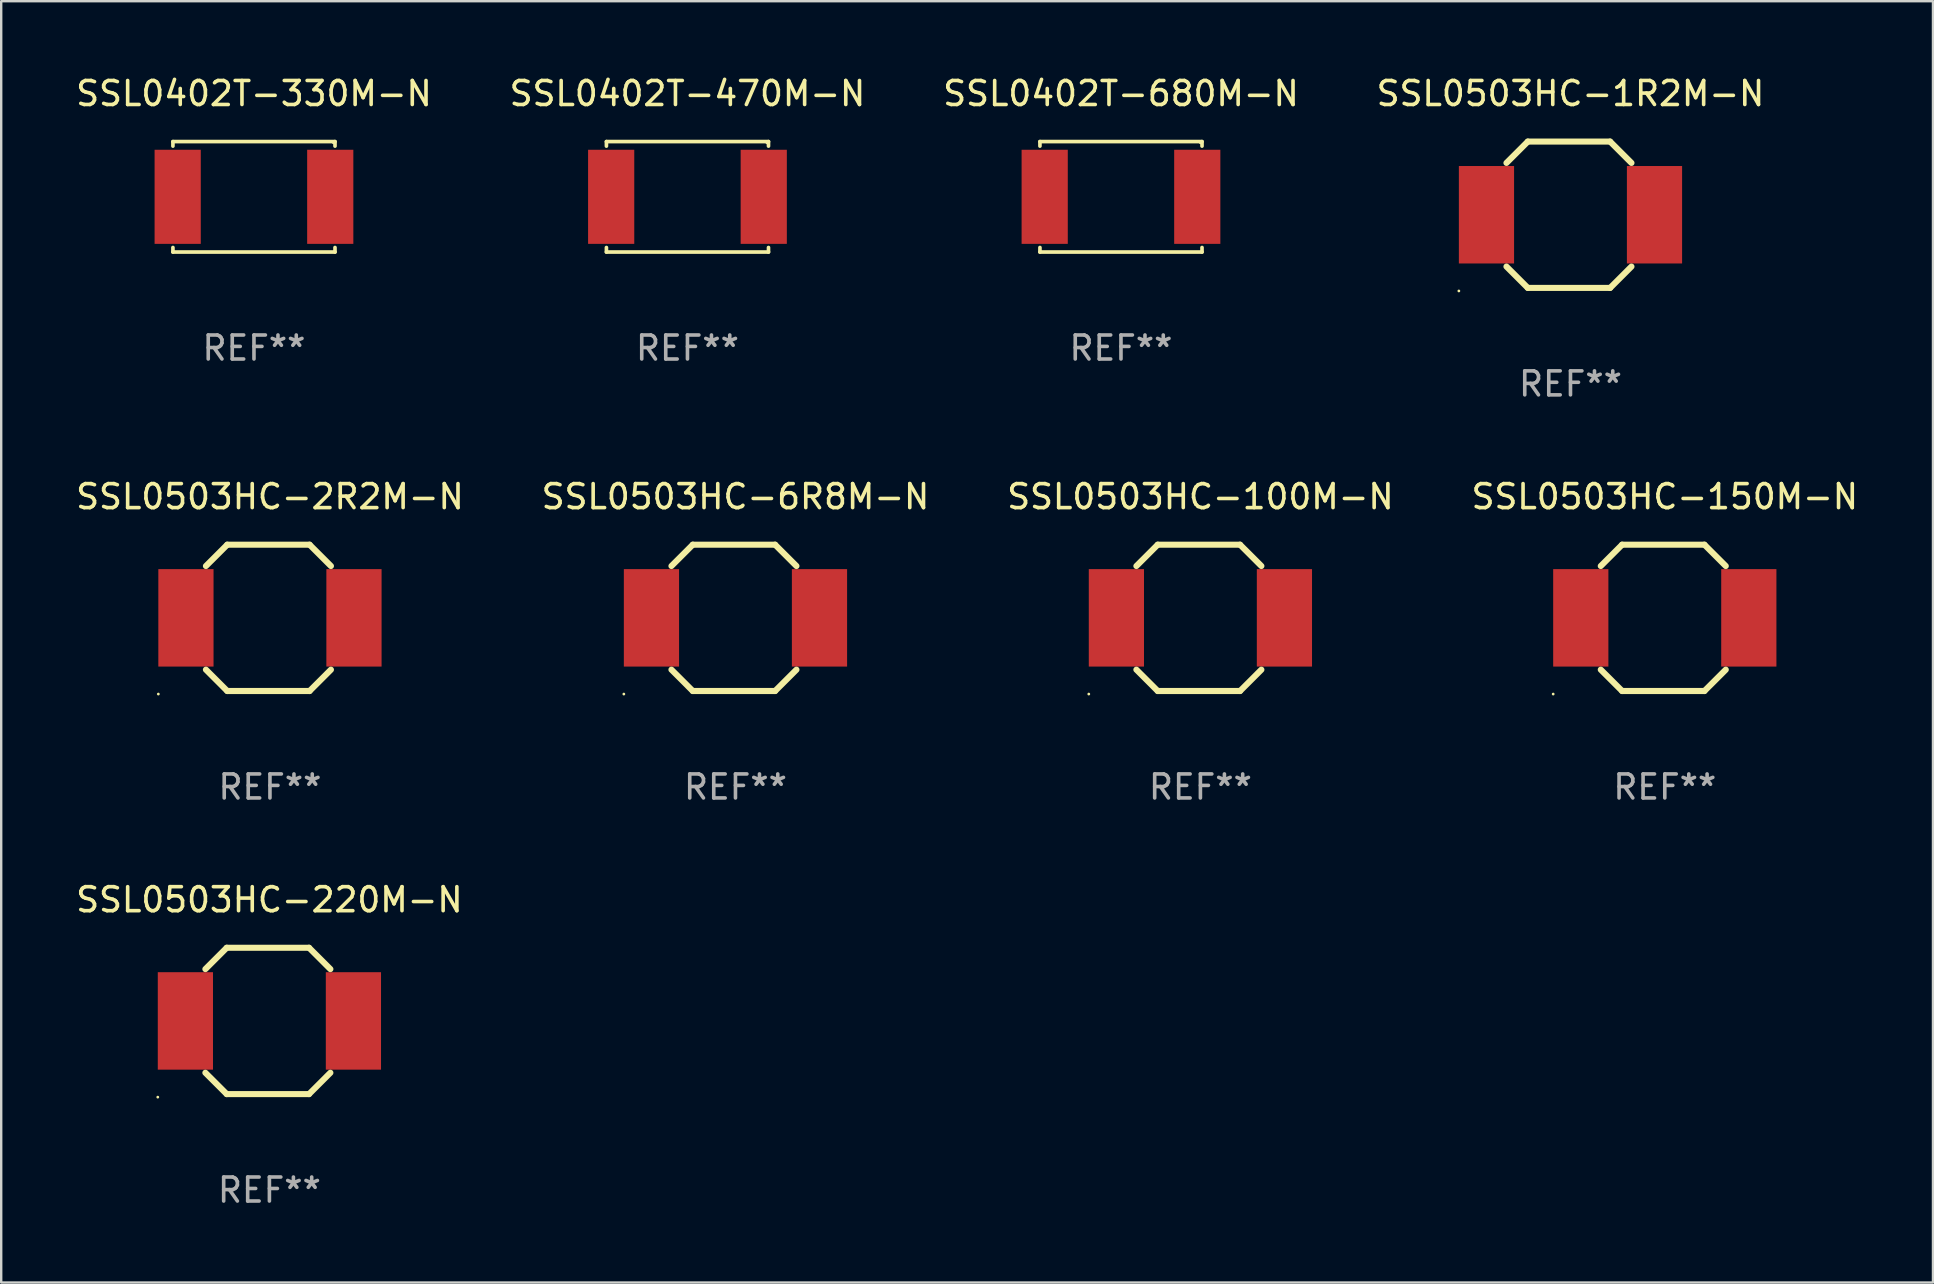
<source format=kicad_pcb>
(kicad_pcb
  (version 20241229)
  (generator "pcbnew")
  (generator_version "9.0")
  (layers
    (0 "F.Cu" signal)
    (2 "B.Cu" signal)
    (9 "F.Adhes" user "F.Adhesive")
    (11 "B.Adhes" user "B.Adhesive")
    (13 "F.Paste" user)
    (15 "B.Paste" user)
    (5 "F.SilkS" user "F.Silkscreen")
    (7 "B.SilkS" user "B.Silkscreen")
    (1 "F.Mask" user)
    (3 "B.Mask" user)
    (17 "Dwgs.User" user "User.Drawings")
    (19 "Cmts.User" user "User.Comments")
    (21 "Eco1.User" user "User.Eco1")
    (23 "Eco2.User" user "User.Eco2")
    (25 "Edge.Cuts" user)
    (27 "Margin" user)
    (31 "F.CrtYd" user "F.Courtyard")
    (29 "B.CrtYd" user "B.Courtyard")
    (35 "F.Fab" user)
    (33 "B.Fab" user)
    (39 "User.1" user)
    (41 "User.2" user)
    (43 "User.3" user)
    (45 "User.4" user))
  (footprint "SSL0503HC-150M-N"
    (layer "F.Cu")
    (at 66.304 22.689)
    (property "Reference" "SSL0503HC-150M-N" (at 0 -5.048 0) (layer "F.SilkS") (effects (font (size 1 1) (thickness 0.15))))
    (attr through_hole)
    (fp_line (start -1.778 -3.048) (end -2.667 -2.159) (stroke (width 0.254) (type solid)) (layer "F.SilkS"))
    (fp_line (start -1.778 3.048) (end -2.667 2.159) (stroke (width 0.254) (type solid)) (layer "F.SilkS"))
    (fp_line (start 1.651 -3.048) (end -1.778 -3.048) (stroke (width 0.254) (type solid)) (layer "F.SilkS"))
    (fp_line (start 1.651 3.048) (end -1.778 3.048) (stroke (width 0.254) (type solid)) (layer "F.SilkS"))
    (fp_line (start 2.54 -2.159) (end 1.651 -3.048) (stroke (width 0.254) (type solid)) (layer "F.SilkS"))
    (fp_line (start 2.54 2.159) (end 1.651 3.048) (stroke (width 0.254) (type solid)) (layer "F.SilkS"))
    (fp_circle (center -4.65 3.175) (end -4.62 3.175) (stroke (width 0.06) (type solid)) (fill no) (layer "F.SilkS"))
    (fp_text user "REF**" (at 0 7.048 0) (layer "F.Fab") (effects (font (size 1 1) (thickness 0.15))))
    (pad "1" smd rect (at -3.5 0) (size 2.3 4.06) (layers "F.Cu" "F.Mask" "F.Paste"))
    (pad "2" smd rect (at 3.5 0) (size 2.3 4.06) (layers "F.Cu" "F.Mask" "F.Paste")))
  (footprint "SSL0402T-330M-N"
    (layer "F.Cu")
    (at 7.53 5.149)
    (property "Reference" "SSL0402T-330M-N" (at 0 -4.301 0) (layer "F.SilkS") (effects (font (size 1 1) (thickness 0.15))))
    (attr through_hole)
    (fp_line (start -3.376 -2.301) (end 3.376 -2.301) (stroke (width 0.152) (type solid)) (layer "F.SilkS"))
    (fp_line (start -3.376 -2.112) (end -3.376 -2.301) (stroke (width 0.152) (type solid)) (layer "F.SilkS"))
    (fp_line (start -3.376 2.112) (end -3.376 2.301) (stroke (width 0.152) (type solid)) (layer "F.SilkS"))
    (fp_line (start -3.376 2.301) (end 3.376 2.301) (stroke (width 0.152) (type solid)) (layer "F.SilkS"))
    (fp_line (start 3.376 -2.301) (end 3.376 -2.112) (stroke (width 0.152) (type solid)) (layer "F.SilkS"))
    (fp_line (start 3.376 2.301) (end 3.376 2.112) (stroke (width 0.152) (type solid)) (layer "F.SilkS"))
    (fp_circle (center 3.31 -2.25) (end 3.34 -2.25) (stroke (width 0.06) (type solid)) (fill no) (layer "F.SilkS"))
    (fp_text user "REF**" (at 0 6.301 0) (layer "F.Fab") (effects (font (size 1 1) (thickness 0.15))))
    (pad "1" smd rect (at 3.178 0) (size 1.924 3.92) (layers "F.Cu" "F.Mask" "F.Paste"))
    (pad "2" smd rect (at -3.178 0) (size 1.924 3.92) (layers "F.Cu" "F.Mask" "F.Paste")))
  (footprint "SSL0503HC-1R2M-N"
    (layer "F.Cu")
    (at 62.375 5.896)
    (property "Reference" "SSL0503HC-1R2M-N" (at 0 -5.048 0) (layer "F.SilkS") (effects (font (size 1 1) (thickness 0.15))))
    (attr through_hole)
    (fp_line (start -1.778 -3.048) (end -2.667 -2.159) (stroke (width 0.254) (type solid)) (layer "F.SilkS"))
    (fp_line (start -1.778 3.048) (end -2.667 2.159) (stroke (width 0.254) (type solid)) (layer "F.SilkS"))
    (fp_line (start 1.651 -3.048) (end -1.778 -3.048) (stroke (width 0.254) (type solid)) (layer "F.SilkS"))
    (fp_line (start 1.651 3.048) (end -1.778 3.048) (stroke (width 0.254) (type solid)) (layer "F.SilkS"))
    (fp_line (start 2.54 -2.159) (end 1.651 -3.048) (stroke (width 0.254) (type solid)) (layer "F.SilkS"))
    (fp_line (start 2.54 2.159) (end 1.651 3.048) (stroke (width 0.254) (type solid)) (layer "F.SilkS"))
    (fp_circle (center -4.65 3.175) (end -4.62 3.175) (stroke (width 0.06) (type solid)) (fill no) (layer "F.SilkS"))
    (fp_text user "REF**" (at 0 7.048 0) (layer "F.Fab") (effects (font (size 1 1) (thickness 0.15))))
    (pad "1" smd rect (at -3.5 0) (size 2.3 4.06) (layers "F.Cu" "F.Mask" "F.Paste"))
    (pad "2" smd rect (at 3.5 0) (size 2.3 4.06) (layers "F.Cu" "F.Mask" "F.Paste")))
  (footprint "SSL0503HC-220M-N"
    (layer "F.Cu")
    (at 8.173 39.481)
    (property "Reference" "SSL0503HC-220M-N" (at 0 -5.048 0) (layer "F.SilkS") (effects (font (size 1 1) (thickness 0.15))))
    (attr through_hole)
    (fp_line (start -1.778 -3.048) (end -2.667 -2.159) (stroke (width 0.254) (type solid)) (layer "F.SilkS"))
    (fp_line (start -1.778 3.048) (end -2.667 2.159) (stroke (width 0.254) (type solid)) (layer "F.SilkS"))
    (fp_line (start 1.651 -3.048) (end -1.778 -3.048) (stroke (width 0.254) (type solid)) (layer "F.SilkS"))
    (fp_line (start 1.651 3.048) (end -1.778 3.048) (stroke (width 0.254) (type solid)) (layer "F.SilkS"))
    (fp_line (start 2.54 -2.159) (end 1.651 -3.048) (stroke (width 0.254) (type solid)) (layer "F.SilkS"))
    (fp_line (start 2.54 2.159) (end 1.651 3.048) (stroke (width 0.254) (type solid)) (layer "F.SilkS"))
    (fp_circle (center -4.65 3.175) (end -4.62 3.175) (stroke (width 0.06) (type solid)) (fill no) (layer "F.SilkS"))
    (fp_text user "REF**" (at 0 7.048 0) (layer "F.Fab") (effects (font (size 1 1) (thickness 0.15))))
    (pad "1" smd rect (at -3.5 0) (size 2.3 4.06) (layers "F.Cu" "F.Mask" "F.Paste"))
    (pad "2" smd rect (at 3.5 0) (size 2.3 4.06) (layers "F.Cu" "F.Mask" "F.Paste")))
  (footprint "SSL0503HC-6R8M-N"
    (layer "F.Cu")
    (at 27.589 22.689)
    (property "Reference" "SSL0503HC-6R8M-N" (at 0 -5.048 0) (layer "F.SilkS") (effects (font (size 1 1) (thickness 0.15))))
    (attr through_hole)
    (fp_line (start -1.778 -3.048) (end -2.667 -2.159) (stroke (width 0.254) (type solid)) (layer "F.SilkS"))
    (fp_line (start -1.778 3.048) (end -2.667 2.159) (stroke (width 0.254) (type solid)) (layer "F.SilkS"))
    (fp_line (start 1.651 -3.048) (end -1.778 -3.048) (stroke (width 0.254) (type solid)) (layer "F.SilkS"))
    (fp_line (start 1.651 3.048) (end -1.778 3.048) (stroke (width 0.254) (type solid)) (layer "F.SilkS"))
    (fp_line (start 2.54 -2.159) (end 1.651 -3.048) (stroke (width 0.254) (type solid)) (layer "F.SilkS"))
    (fp_line (start 2.54 2.159) (end 1.651 3.048) (stroke (width 0.254) (type solid)) (layer "F.SilkS"))
    (fp_circle (center -4.65 3.175) (end -4.62 3.175) (stroke (width 0.06) (type solid)) (fill no) (layer "F.SilkS"))
    (fp_text user "REF**" (at 0 7.048 0) (layer "F.Fab") (effects (font (size 1 1) (thickness 0.15))))
    (pad "1" smd rect (at -3.5 0) (size 2.3 4.06) (layers "F.Cu" "F.Mask" "F.Paste"))
    (pad "2" smd rect (at 3.5 0) (size 2.3 4.06) (layers "F.Cu" "F.Mask" "F.Paste")))
  (footprint "SSL0503HC-2R2M-N"
    (layer "F.Cu")
    (at 8.196 22.689)
    (property "Reference" "SSL0503HC-2R2M-N" (at 0 -5.048 0) (layer "F.SilkS") (effects (font (size 1 1) (thickness 0.15))))
    (attr through_hole)
    (fp_line (start -1.778 -3.048) (end -2.667 -2.159) (stroke (width 0.254) (type solid)) (layer "F.SilkS"))
    (fp_line (start -1.778 3.048) (end -2.667 2.159) (stroke (width 0.254) (type solid)) (layer "F.SilkS"))
    (fp_line (start 1.651 -3.048) (end -1.778 -3.048) (stroke (width 0.254) (type solid)) (layer "F.SilkS"))
    (fp_line (start 1.651 3.048) (end -1.778 3.048) (stroke (width 0.254) (type solid)) (layer "F.SilkS"))
    (fp_line (start 2.54 -2.159) (end 1.651 -3.048) (stroke (width 0.254) (type solid)) (layer "F.SilkS"))
    (fp_line (start 2.54 2.159) (end 1.651 3.048) (stroke (width 0.254) (type solid)) (layer "F.SilkS"))
    (fp_circle (center -4.65 3.175) (end -4.62 3.175) (stroke (width 0.06) (type solid)) (fill no) (layer "F.SilkS"))
    (fp_text user "REF**" (at 0 7.048 0) (layer "F.Fab") (effects (font (size 1 1) (thickness 0.15))))
    (pad "1" smd rect (at -3.5 0) (size 2.3 4.06) (layers "F.Cu" "F.Mask" "F.Paste"))
    (pad "2" smd rect (at 3.5 0) (size 2.3 4.06) (layers "F.Cu" "F.Mask" "F.Paste")))
  (footprint "SSL0503HC-100M-N"
    (layer "F.Cu")
    (at 46.958 22.689)
    (property "Reference" "SSL0503HC-100M-N" (at 0 -5.048 0) (layer "F.SilkS") (effects (font (size 1 1) (thickness 0.15))))
    (attr through_hole)
    (fp_line (start -1.778 -3.048) (end -2.667 -2.159) (stroke (width 0.254) (type solid)) (layer "F.SilkS"))
    (fp_line (start -1.778 3.048) (end -2.667 2.159) (stroke (width 0.254) (type solid)) (layer "F.SilkS"))
    (fp_line (start 1.651 -3.048) (end -1.778 -3.048) (stroke (width 0.254) (type solid)) (layer "F.SilkS"))
    (fp_line (start 1.651 3.048) (end -1.778 3.048) (stroke (width 0.254) (type solid)) (layer "F.SilkS"))
    (fp_line (start 2.54 -2.159) (end 1.651 -3.048) (stroke (width 0.254) (type solid)) (layer "F.SilkS"))
    (fp_line (start 2.54 2.159) (end 1.651 3.048) (stroke (width 0.254) (type solid)) (layer "F.SilkS"))
    (fp_circle (center -4.65 3.175) (end -4.62 3.175) (stroke (width 0.06) (type solid)) (fill no) (layer "F.SilkS"))
    (fp_text user "REF**" (at 0 7.048 0) (layer "F.Fab") (effects (font (size 1 1) (thickness 0.15))))
    (pad "1" smd rect (at -3.5 0) (size 2.3 4.06) (layers "F.Cu" "F.Mask" "F.Paste"))
    (pad "2" smd rect (at 3.5 0) (size 2.3 4.06) (layers "F.Cu" "F.Mask" "F.Paste")))
  (footprint "SSL0402T-470M-N"
    (layer "F.Cu")
    (at 25.589 5.149)
    (property "Reference" "SSL0402T-470M-N" (at 0 -4.301 0) (layer "F.SilkS") (effects (font (size 1 1) (thickness 0.15))))
    (attr through_hole)
    (fp_line (start -3.376 -2.301) (end 3.376 -2.301) (stroke (width 0.152) (type solid)) (layer "F.SilkS"))
    (fp_line (start -3.376 -2.112) (end -3.376 -2.301) (stroke (width 0.152) (type solid)) (layer "F.SilkS"))
    (fp_line (start -3.376 2.112) (end -3.376 2.301) (stroke (width 0.152) (type solid)) (layer "F.SilkS"))
    (fp_line (start -3.376 2.301) (end 3.376 2.301) (stroke (width 0.152) (type solid)) (layer "F.SilkS"))
    (fp_line (start 3.376 -2.301) (end 3.376 -2.112) (stroke (width 0.152) (type solid)) (layer "F.SilkS"))
    (fp_line (start 3.376 2.301) (end 3.376 2.112) (stroke (width 0.152) (type solid)) (layer "F.SilkS"))
    (fp_circle (center 3.31 -2.25) (end 3.34 -2.25) (stroke (width 0.06) (type solid)) (fill no) (layer "F.SilkS"))
    (fp_text user "REF**" (at 0 6.301 0) (layer "F.Fab") (effects (font (size 1 1) (thickness 0.15))))
    (pad "1" smd rect (at 3.178 0) (size 1.924 3.92) (layers "F.Cu" "F.Mask" "F.Paste"))
    (pad "2" smd rect (at -3.178 0) (size 1.924 3.92) (layers "F.Cu" "F.Mask" "F.Paste")))
  (footprint "SSL0402T-680M-N"
    (layer "F.Cu")
    (at 43.649 5.149)
    (property "Reference" "SSL0402T-680M-N" (at 0 -4.301 0) (layer "F.SilkS") (effects (font (size 1 1) (thickness 0.15))))
    (attr through_hole)
    (fp_line (start -3.376 -2.301) (end 3.376 -2.301) (stroke (width 0.152) (type solid)) (layer "F.SilkS"))
    (fp_line (start -3.376 -2.112) (end -3.376 -2.301) (stroke (width 0.152) (type solid)) (layer "F.SilkS"))
    (fp_line (start -3.376 2.112) (end -3.376 2.301) (stroke (width 0.152) (type solid)) (layer "F.SilkS"))
    (fp_line (start -3.376 2.301) (end 3.376 2.301) (stroke (width 0.152) (type solid)) (layer "F.SilkS"))
    (fp_line (start 3.376 -2.301) (end 3.376 -2.112) (stroke (width 0.152) (type solid)) (layer "F.SilkS"))
    (fp_line (start 3.376 2.301) (end 3.376 2.112) (stroke (width 0.152) (type solid)) (layer "F.SilkS"))
    (fp_circle (center 3.31 -2.25) (end 3.34 -2.25) (stroke (width 0.06) (type solid)) (fill no) (layer "F.SilkS"))
    (fp_text user "REF**" (at 0 6.301 0) (layer "F.Fab") (effects (font (size 1 1) (thickness 0.15))))
    (pad "1" smd rect (at 3.178 0) (size 1.924 3.92) (layers "F.Cu" "F.Mask" "F.Paste"))
    (pad "2" smd rect (at -3.178 0) (size 1.924 3.92) (layers "F.Cu" "F.Mask" "F.Paste")))
  (gr_rect
    (start -3 -3)
    (end 77.476 50.378)
    (stroke (width 0.1) (type default))
    (fill no)
    (layer "Edge.Cuts")))
</source>
